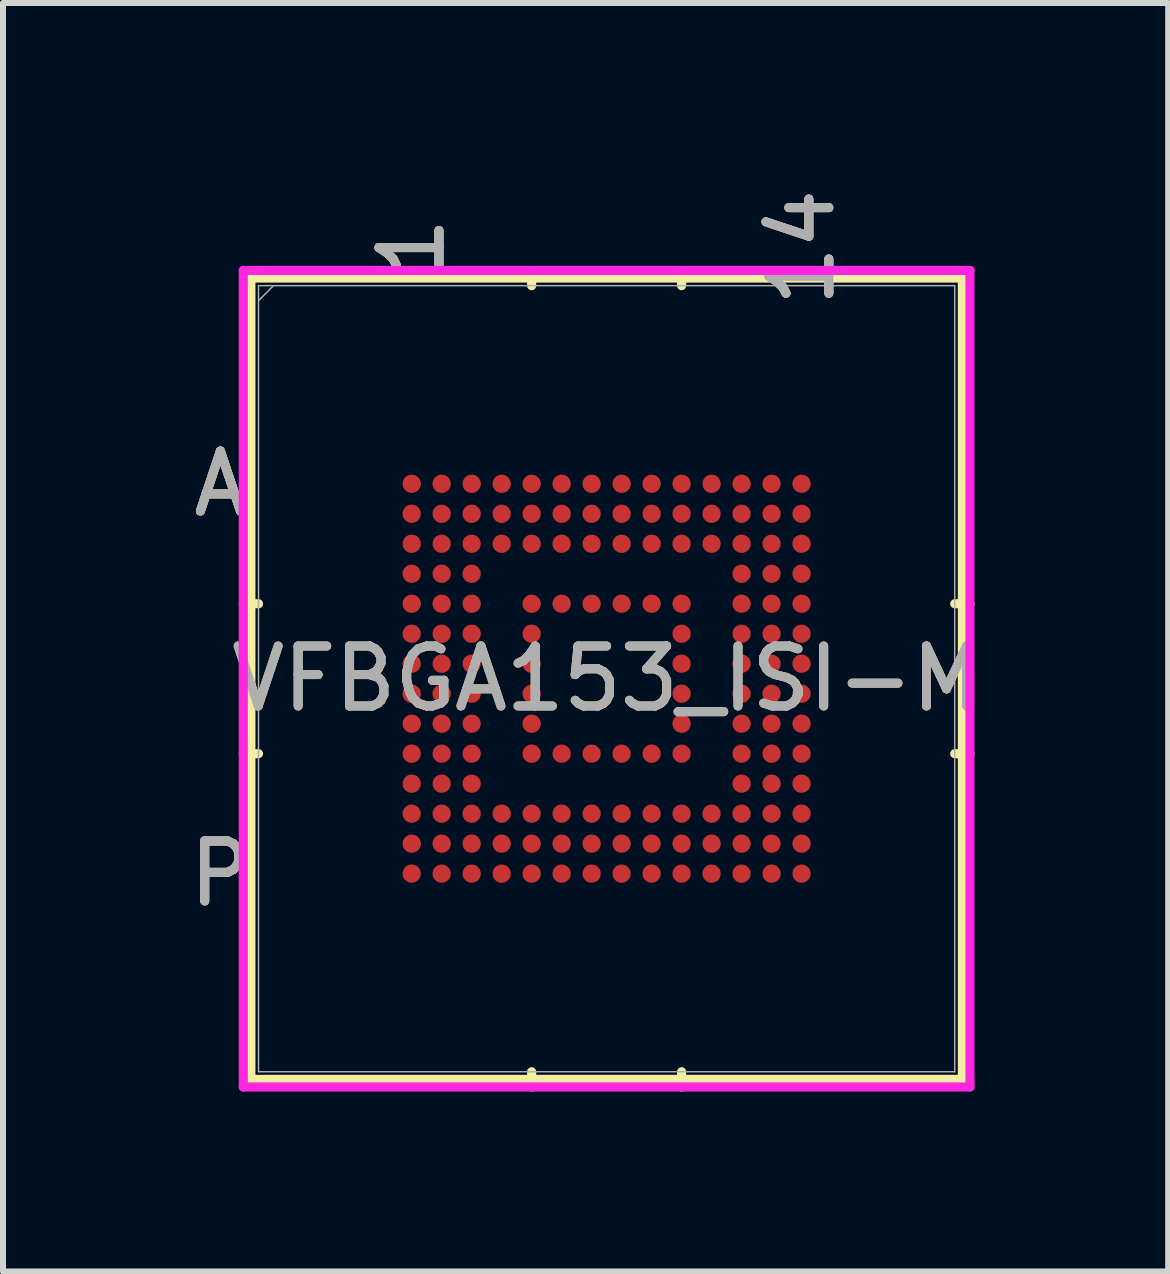
<source format=kicad_pcb>
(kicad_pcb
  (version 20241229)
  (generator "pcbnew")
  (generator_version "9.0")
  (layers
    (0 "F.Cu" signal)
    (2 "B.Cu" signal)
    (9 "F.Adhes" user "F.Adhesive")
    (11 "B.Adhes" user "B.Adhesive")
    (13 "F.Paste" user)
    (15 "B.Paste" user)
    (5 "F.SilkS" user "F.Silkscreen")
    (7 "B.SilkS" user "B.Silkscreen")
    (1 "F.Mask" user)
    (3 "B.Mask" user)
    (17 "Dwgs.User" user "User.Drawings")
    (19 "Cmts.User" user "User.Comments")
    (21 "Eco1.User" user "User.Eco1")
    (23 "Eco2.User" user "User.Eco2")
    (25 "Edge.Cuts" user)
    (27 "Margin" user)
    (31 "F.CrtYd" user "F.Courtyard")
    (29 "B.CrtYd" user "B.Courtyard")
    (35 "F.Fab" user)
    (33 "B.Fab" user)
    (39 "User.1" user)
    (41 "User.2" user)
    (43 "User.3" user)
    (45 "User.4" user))
  (footprint "VFBGA153_ISI-M"
    (layer "F.Cu")
    (at 7.064 8.266)
    (property "Reference" "VFBGA153_ISI-M" (at 0 0 0) (unlocked yes) (layer "F.SilkS") (effects (font (size 1 1) (thickness 0.15))))
    (attr smd)
    (fp_line (start -5.931 -6.68) (end -5.931 6.68) (stroke (width 0.152) (type solid)) (layer "F.SilkS"))
    (fp_line (start -5.931 6.68) (end 5.931 6.68) (stroke (width 0.152) (type solid)) (layer "F.SilkS"))
    (fp_line (start -5.804 -1.25) (end -6.058 -1.25) (stroke (width 0.152) (type solid)) (layer "F.SilkS"))
    (fp_line (start -5.804 1.25) (end -6.058 1.25) (stroke (width 0.152) (type solid)) (layer "F.SilkS"))
    (fp_line (start -1.25 -6.553) (end -1.25 -6.807) (stroke (width 0.152) (type solid)) (layer "F.SilkS"))
    (fp_line (start -1.25 6.553) (end -1.25 6.807) (stroke (width 0.152) (type solid)) (layer "F.SilkS"))
    (fp_line (start 1.25 -6.553) (end 1.25 -6.807) (stroke (width 0.152) (type solid)) (layer "F.SilkS"))
    (fp_line (start 1.25 6.553) (end 1.25 6.807) (stroke (width 0.152) (type solid)) (layer "F.SilkS"))
    (fp_line (start 5.804 -1.25) (end 6.058 -1.25) (stroke (width 0.152) (type solid)) (layer "F.SilkS"))
    (fp_line (start 5.804 1.25) (end 6.058 1.25) (stroke (width 0.152) (type solid)) (layer "F.SilkS"))
    (fp_line (start 5.931 -6.68) (end -5.931 -6.68) (stroke (width 0.152) (type solid)) (layer "F.SilkS"))
    (fp_line (start 5.931 6.68) (end 5.931 -6.68) (stroke (width 0.152) (type solid)) (layer "F.SilkS"))
    (fp_poly (pts (xy -3.945 -3.945) (xy 3.945 -3.945) (xy 3.945 3.945) (xy -3.945 3.945)) (stroke (width 0.1) (type solid)) (fill no) (layer "Eco2.User"))
    (fp_line (start -6.058 -6.807) (end 6.058 -6.807) (stroke (width 0.152) (type solid)) (layer "F.CrtYd"))
    (fp_line (start -6.058 6.807) (end -6.058 -6.807) (stroke (width 0.152) (type solid)) (layer "F.CrtYd"))
    (fp_line (start 6.058 -6.807) (end 6.058 6.807) (stroke (width 0.152) (type solid)) (layer "F.CrtYd"))
    (fp_line (start 6.058 6.807) (end -6.058 6.807) (stroke (width 0.152) (type solid)) (layer "F.CrtYd"))
    (fp_line (start -5.804 -6.553) (end -5.804 6.553) (stroke (width 0.025) (type solid)) (layer "F.Fab"))
    (fp_line (start -5.804 6.553) (end 5.804 6.553) (stroke (width 0.025) (type solid)) (layer "F.Fab"))
    (fp_line (start -5.554 -6.553) (end -5.804 -6.303) (stroke (width 0.025) (type solid)) (layer "F.Fab"))
    (fp_line (start 5.804 -6.553) (end -5.804 -6.553) (stroke (width 0.025) (type solid)) (layer "F.Fab"))
    (fp_line (start 5.804 6.553) (end 5.804 -6.553) (stroke (width 0.025) (type solid)) (layer "F.Fab"))
    (fp_text user "A" (at -6.439 -3.25 0) (unlocked yes) (layer "F.SilkS") (effects (font (size 1 1) (thickness 0.15))))
    (fp_text user "P" (at -6.439 3.25 0) (unlocked yes) (layer "F.SilkS") (effects (font (size 1 1) (thickness 0.15))))
    (fp_text user "1" (at -3.25 -7.188 90) (unlocked yes) (layer "F.SilkS") (effects (font (size 1 1) (thickness 0.15))))
    (fp_text user "14" (at 3.25 -7.188 90) (unlocked yes) (layer "F.SilkS") (effects (font (size 1 1) (thickness 0.15))))
    (fp_text user "A" (at -6.439 -3.25 0) (unlocked yes) (layer "B.SilkS") (effects (font (size 1 1) (thickness 0.15))))
    (fp_text user "P" (at -6.439 3.25 0) (unlocked yes) (layer "B.SilkS") (effects (font (size 1 1) (thickness 0.15))))
    (fp_text user "1" (at -3.25 -7.188 90) (unlocked yes) (layer "B.SilkS") (effects (font (size 1 1) (thickness 0.15))))
    (fp_text user "14" (at 3.25 -7.188 90) (unlocked yes) (layer "B.SilkS") (effects (font (size 1 1) (thickness 0.15))))
    (fp_text user "A" (at -6.439 -3.25 0) (unlocked yes) (layer "F.Fab") (effects (font (size 1 1) (thickness 0.15))))
    (fp_text user "1" (at -3.25 -7.188 90) (unlocked yes) (layer "F.Fab") (effects (font (size 1 1) (thickness 0.15))))
    (fp_text user "14" (at 3.25 -7.188 90) (unlocked yes) (layer "F.Fab") (effects (font (size 1 1) (thickness 0.15))))
    (fp_text user "${REFERENCE}" (at 0 0 0) (unlocked yes) (layer "F.Fab") (effects (font (size 1 1) (thickness 0.15))))
    (fp_text user "P" (at -6.439 3.25 0) (unlocked yes) (layer "F.Fab") (effects (font (size 1 1) (thickness 0.15))))
    (pad "A1" smd circle (at -3.25 -3.25) (size 0.305 0.305) (layers "F.Cu" "F.Mask" "F.Paste"))
    (pad "A2" smd circle (at -2.75 -3.25) (size 0.305 0.305) (layers "F.Cu" "F.Mask" "F.Paste"))
    (pad "A3" smd circle (at -2.25 -3.25) (size 0.305 0.305) (layers "F.Cu" "F.Mask" "F.Paste"))
    (pad "A4" smd circle (at -1.75 -3.25) (size 0.305 0.305) (layers "F.Cu" "F.Mask" "F.Paste"))
    (pad "A5" smd circle (at -1.25 -3.25) (size 0.305 0.305) (layers "F.Cu" "F.Mask" "F.Paste"))
    (pad "A6" smd circle (at -0.75 -3.25) (size 0.305 0.305) (layers "F.Cu" "F.Mask" "F.Paste"))
    (pad "A7" smd circle (at -0.25 -3.25) (size 0.305 0.305) (layers "F.Cu" "F.Mask" "F.Paste"))
    (pad "A8" smd circle (at 0.25 -3.25) (size 0.305 0.305) (layers "F.Cu" "F.Mask" "F.Paste"))
    (pad "A9" smd circle (at 0.75 -3.25) (size 0.305 0.305) (layers "F.Cu" "F.Mask" "F.Paste"))
    (pad "A10" smd circle (at 1.25 -3.25) (size 0.305 0.305) (layers "F.Cu" "F.Mask" "F.Paste"))
    (pad "A11" smd circle (at 1.75 -3.25) (size 0.305 0.305) (layers "F.Cu" "F.Mask" "F.Paste"))
    (pad "A12" smd circle (at 2.25 -3.25) (size 0.305 0.305) (layers "F.Cu" "F.Mask" "F.Paste"))
    (pad "A13" smd circle (at 2.75 -3.25) (size 0.305 0.305) (layers "F.Cu" "F.Mask" "F.Paste"))
    (pad "A14" smd circle (at 3.25 -3.25) (size 0.305 0.305) (layers "F.Cu" "F.Mask" "F.Paste"))
    (pad "B1" smd circle (at -3.25 -2.75) (size 0.305 0.305) (layers "F.Cu" "F.Mask" "F.Paste"))
    (pad "B2" smd circle (at -2.75 -2.75) (size 0.305 0.305) (layers "F.Cu" "F.Mask" "F.Paste"))
    (pad "B3" smd circle (at -2.25 -2.75) (size 0.305 0.305) (layers "F.Cu" "F.Mask" "F.Paste"))
    (pad "B4" smd circle (at -1.75 -2.75) (size 0.305 0.305) (layers "F.Cu" "F.Mask" "F.Paste"))
    (pad "B5" smd circle (at -1.25 -2.75) (size 0.305 0.305) (layers "F.Cu" "F.Mask" "F.Paste"))
    (pad "B6" smd circle (at -0.75 -2.75) (size 0.305 0.305) (layers "F.Cu" "F.Mask" "F.Paste"))
    (pad "B7" smd circle (at -0.25 -2.75) (size 0.305 0.305) (layers "F.Cu" "F.Mask" "F.Paste"))
    (pad "B8" smd circle (at 0.25 -2.75) (size 0.305 0.305) (layers "F.Cu" "F.Mask" "F.Paste"))
    (pad "B9" smd circle (at 0.75 -2.75) (size 0.305 0.305) (layers "F.Cu" "F.Mask" "F.Paste"))
    (pad "B10" smd circle (at 1.25 -2.75) (size 0.305 0.305) (layers "F.Cu" "F.Mask" "F.Paste"))
    (pad "B11" smd circle (at 1.75 -2.75) (size 0.305 0.305) (layers "F.Cu" "F.Mask" "F.Paste"))
    (pad "B12" smd circle (at 2.25 -2.75) (size 0.305 0.305) (layers "F.Cu" "F.Mask" "F.Paste"))
    (pad "B13" smd circle (at 2.75 -2.75) (size 0.305 0.305) (layers "F.Cu" "F.Mask" "F.Paste"))
    (pad "B14" smd circle (at 3.25 -2.75) (size 0.305 0.305) (layers "F.Cu" "F.Mask" "F.Paste"))
    (pad "C1" smd circle (at -3.25 -2.25) (size 0.305 0.305) (layers "F.Cu" "F.Mask" "F.Paste"))
    (pad "C2" smd circle (at -2.75 -2.25) (size 0.305 0.305) (layers "F.Cu" "F.Mask" "F.Paste"))
    (pad "C3" smd circle (at -2.25 -2.25) (size 0.305 0.305) (layers "F.Cu" "F.Mask" "F.Paste"))
    (pad "C4" smd circle (at -1.75 -2.25) (size 0.305 0.305) (layers "F.Cu" "F.Mask" "F.Paste"))
    (pad "C5" smd circle (at -1.25 -2.25) (size 0.305 0.305) (layers "F.Cu" "F.Mask" "F.Paste"))
    (pad "C6" smd circle (at -0.75 -2.25) (size 0.305 0.305) (layers "F.Cu" "F.Mask" "F.Paste"))
    (pad "C7" smd circle (at -0.25 -2.25) (size 0.305 0.305) (layers "F.Cu" "F.Mask" "F.Paste"))
    (pad "C8" smd circle (at 0.25 -2.25) (size 0.305 0.305) (layers "F.Cu" "F.Mask" "F.Paste"))
    (pad "C9" smd circle (at 0.75 -2.25) (size 0.305 0.305) (layers "F.Cu" "F.Mask" "F.Paste"))
    (pad "C10" smd circle (at 1.25 -2.25) (size 0.305 0.305) (layers "F.Cu" "F.Mask" "F.Paste"))
    (pad "C11" smd circle (at 1.75 -2.25) (size 0.305 0.305) (layers "F.Cu" "F.Mask" "F.Paste"))
    (pad "C12" smd circle (at 2.25 -2.25) (size 0.305 0.305) (layers "F.Cu" "F.Mask" "F.Paste"))
    (pad "C13" smd circle (at 2.75 -2.25) (size 0.305 0.305) (layers "F.Cu" "F.Mask" "F.Paste"))
    (pad "C14" smd circle (at 3.25 -2.25) (size 0.305 0.305) (layers "F.Cu" "F.Mask" "F.Paste"))
    (pad "D1" smd circle (at -3.25 -1.75) (size 0.305 0.305) (layers "F.Cu" "F.Mask" "F.Paste"))
    (pad "D2" smd circle (at -2.75 -1.75) (size 0.305 0.305) (layers "F.Cu" "F.Mask" "F.Paste"))
    (pad "D3" smd circle (at -2.25 -1.75) (size 0.305 0.305) (layers "F.Cu" "F.Mask" "F.Paste"))
    (pad "D12" smd circle (at 2.25 -1.75) (size 0.305 0.305) (layers "F.Cu" "F.Mask" "F.Paste"))
    (pad "D13" smd circle (at 2.75 -1.75) (size 0.305 0.305) (layers "F.Cu" "F.Mask" "F.Paste"))
    (pad "D14" smd circle (at 3.25 -1.75) (size 0.305 0.305) (layers "F.Cu" "F.Mask" "F.Paste"))
    (pad "E1" smd circle (at -3.25 -1.25) (size 0.305 0.305) (layers "F.Cu" "F.Mask" "F.Paste"))
    (pad "E2" smd circle (at -2.75 -1.25) (size 0.305 0.305) (layers "F.Cu" "F.Mask" "F.Paste"))
    (pad "E3" smd circle (at -2.25 -1.25) (size 0.305 0.305) (layers "F.Cu" "F.Mask" "F.Paste"))
    (pad "E5" smd circle (at -1.25 -1.25) (size 0.305 0.305) (layers "F.Cu" "F.Mask" "F.Paste"))
    (pad "E6" smd circle (at -0.75 -1.25) (size 0.305 0.305) (layers "F.Cu" "F.Mask" "F.Paste"))
    (pad "E7" smd circle (at -0.25 -1.25) (size 0.305 0.305) (layers "F.Cu" "F.Mask" "F.Paste"))
    (pad "E8" smd circle (at 0.25 -1.25) (size 0.305 0.305) (layers "F.Cu" "F.Mask" "F.Paste"))
    (pad "E9" smd circle (at 0.75 -1.25) (size 0.305 0.305) (layers "F.Cu" "F.Mask" "F.Paste"))
    (pad "E10" smd circle (at 1.25 -1.25) (size 0.305 0.305) (layers "F.Cu" "F.Mask" "F.Paste"))
    (pad "E12" smd circle (at 2.25 -1.25) (size 0.305 0.305) (layers "F.Cu" "F.Mask" "F.Paste"))
    (pad "E13" smd circle (at 2.75 -1.25) (size 0.305 0.305) (layers "F.Cu" "F.Mask" "F.Paste"))
    (pad "E14" smd circle (at 3.25 -1.25) (size 0.305 0.305) (layers "F.Cu" "F.Mask" "F.Paste"))
    (pad "F1" smd circle (at -3.25 -0.75) (size 0.305 0.305) (layers "F.Cu" "F.Mask" "F.Paste"))
    (pad "F2" smd circle (at -2.75 -0.75) (size 0.305 0.305) (layers "F.Cu" "F.Mask" "F.Paste"))
    (pad "F3" smd circle (at -2.25 -0.75) (size 0.305 0.305) (layers "F.Cu" "F.Mask" "F.Paste"))
    (pad "F5" smd circle (at -1.25 -0.75) (size 0.305 0.305) (layers "F.Cu" "F.Mask" "F.Paste"))
    (pad "F10" smd circle (at 1.25 -0.75) (size 0.305 0.305) (layers "F.Cu" "F.Mask" "F.Paste"))
    (pad "F12" smd circle (at 2.25 -0.75) (size 0.305 0.305) (layers "F.Cu" "F.Mask" "F.Paste"))
    (pad "F13" smd circle (at 2.75 -0.75) (size 0.305 0.305) (layers "F.Cu" "F.Mask" "F.Paste"))
    (pad "F14" smd circle (at 3.25 -0.75) (size 0.305 0.305) (layers "F.Cu" "F.Mask" "F.Paste"))
    (pad "G1" smd circle (at -3.25 -0.25) (size 0.305 0.305) (layers "F.Cu" "F.Mask" "F.Paste"))
    (pad "G2" smd circle (at -2.75 -0.25) (size 0.305 0.305) (layers "F.Cu" "F.Mask" "F.Paste"))
    (pad "G3" smd circle (at -2.25 -0.25) (size 0.305 0.305) (layers "F.Cu" "F.Mask" "F.Paste"))
    (pad "G5" smd circle (at -1.25 -0.25) (size 0.305 0.305) (layers "F.Cu" "F.Mask" "F.Paste"))
    (pad "G10" smd circle (at 1.25 -0.25) (size 0.305 0.305) (layers "F.Cu" "F.Mask" "F.Paste"))
    (pad "G12" smd circle (at 2.25 -0.25) (size 0.305 0.305) (layers "F.Cu" "F.Mask" "F.Paste"))
    (pad "G13" smd circle (at 2.75 -0.25) (size 0.305 0.305) (layers "F.Cu" "F.Mask" "F.Paste"))
    (pad "G14" smd circle (at 3.25 -0.25) (size 0.305 0.305) (layers "F.Cu" "F.Mask" "F.Paste"))
    (pad "H1" smd circle (at -3.25 0.25) (size 0.305 0.305) (layers "F.Cu" "F.Mask" "F.Paste"))
    (pad "H2" smd circle (at -2.75 0.25) (size 0.305 0.305) (layers "F.Cu" "F.Mask" "F.Paste"))
    (pad "H3" smd circle (at -2.25 0.25) (size 0.305 0.305) (layers "F.Cu" "F.Mask" "F.Paste"))
    (pad "H5" smd circle (at -1.25 0.25) (size 0.305 0.305) (layers "F.Cu" "F.Mask" "F.Paste"))
    (pad "H10" smd circle (at 1.25 0.25) (size 0.305 0.305) (layers "F.Cu" "F.Mask" "F.Paste"))
    (pad "H12" smd circle (at 2.25 0.25) (size 0.305 0.305) (layers "F.Cu" "F.Mask" "F.Paste"))
    (pad "H13" smd circle (at 2.75 0.25) (size 0.305 0.305) (layers "F.Cu" "F.Mask" "F.Paste"))
    (pad "H14" smd circle (at 3.25 0.25) (size 0.305 0.305) (layers "F.Cu" "F.Mask" "F.Paste"))
    (pad "J1" smd circle (at -3.25 0.75) (size 0.305 0.305) (layers "F.Cu" "F.Mask" "F.Paste"))
    (pad "J2" smd circle (at -2.75 0.75) (size 0.305 0.305) (layers "F.Cu" "F.Mask" "F.Paste"))
    (pad "J3" smd circle (at -2.25 0.75) (size 0.305 0.305) (layers "F.Cu" "F.Mask" "F.Paste"))
    (pad "J5" smd circle (at -1.25 0.75) (size 0.305 0.305) (layers "F.Cu" "F.Mask" "F.Paste"))
    (pad "J10" smd circle (at 1.25 0.75) (size 0.305 0.305) (layers "F.Cu" "F.Mask" "F.Paste"))
    (pad "J12" smd circle (at 2.25 0.75) (size 0.305 0.305) (layers "F.Cu" "F.Mask" "F.Paste"))
    (pad "J13" smd circle (at 2.75 0.75) (size 0.305 0.305) (layers "F.Cu" "F.Mask" "F.Paste"))
    (pad "J14" smd circle (at 3.25 0.75) (size 0.305 0.305) (layers "F.Cu" "F.Mask" "F.Paste"))
    (pad "K1" smd circle (at -3.25 1.25) (size 0.305 0.305) (layers "F.Cu" "F.Mask" "F.Paste"))
    (pad "K2" smd circle (at -2.75 1.25) (size 0.305 0.305) (layers "F.Cu" "F.Mask" "F.Paste"))
    (pad "K3" smd circle (at -2.25 1.25) (size 0.305 0.305) (layers "F.Cu" "F.Mask" "F.Paste"))
    (pad "K5" smd circle (at -1.25 1.25) (size 0.305 0.305) (layers "F.Cu" "F.Mask" "F.Paste"))
    (pad "K6" smd circle (at -0.75 1.25) (size 0.305 0.305) (layers "F.Cu" "F.Mask" "F.Paste"))
    (pad "K7" smd circle (at -0.25 1.25) (size 0.305 0.305) (layers "F.Cu" "F.Mask" "F.Paste"))
    (pad "K8" smd circle (at 0.25 1.25) (size 0.305 0.305) (layers "F.Cu" "F.Mask" "F.Paste"))
    (pad "K9" smd circle (at 0.75 1.25) (size 0.305 0.305) (layers "F.Cu" "F.Mask" "F.Paste"))
    (pad "K10" smd circle (at 1.25 1.25) (size 0.305 0.305) (layers "F.Cu" "F.Mask" "F.Paste"))
    (pad "K12" smd circle (at 2.25 1.25) (size 0.305 0.305) (layers "F.Cu" "F.Mask" "F.Paste"))
    (pad "K13" smd circle (at 2.75 1.25) (size 0.305 0.305) (layers "F.Cu" "F.Mask" "F.Paste"))
    (pad "K14" smd circle (at 3.25 1.25) (size 0.305 0.305) (layers "F.Cu" "F.Mask" "F.Paste"))
    (pad "L1" smd circle (at -3.25 1.75) (size 0.305 0.305) (layers "F.Cu" "F.Mask" "F.Paste"))
    (pad "L2" smd circle (at -2.75 1.75) (size 0.305 0.305) (layers "F.Cu" "F.Mask" "F.Paste"))
    (pad "L3" smd circle (at -2.25 1.75) (size 0.305 0.305) (layers "F.Cu" "F.Mask" "F.Paste"))
    (pad "L12" smd circle (at 2.25 1.75) (size 0.305 0.305) (layers "F.Cu" "F.Mask" "F.Paste"))
    (pad "L13" smd circle (at 2.75 1.75) (size 0.305 0.305) (layers "F.Cu" "F.Mask" "F.Paste"))
    (pad "L14" smd circle (at 3.25 1.75) (size 0.305 0.305) (layers "F.Cu" "F.Mask" "F.Paste"))
    (pad "M1" smd circle (at -3.25 2.25) (size 0.305 0.305) (layers "F.Cu" "F.Mask" "F.Paste"))
    (pad "M2" smd circle (at -2.75 2.25) (size 0.305 0.305) (layers "F.Cu" "F.Mask" "F.Paste"))
    (pad "M3" smd circle (at -2.25 2.25) (size 0.305 0.305) (layers "F.Cu" "F.Mask" "F.Paste"))
    (pad "M4" smd circle (at -1.75 2.25) (size 0.305 0.305) (layers "F.Cu" "F.Mask" "F.Paste"))
    (pad "M5" smd circle (at -1.25 2.25) (size 0.305 0.305) (layers "F.Cu" "F.Mask" "F.Paste"))
    (pad "M6" smd circle (at -0.75 2.25) (size 0.305 0.305) (layers "F.Cu" "F.Mask" "F.Paste"))
    (pad "M7" smd circle (at -0.25 2.25) (size 0.305 0.305) (layers "F.Cu" "F.Mask" "F.Paste"))
    (pad "M8" smd circle (at 0.25 2.25) (size 0.305 0.305) (layers "F.Cu" "F.Mask" "F.Paste"))
    (pad "M9" smd circle (at 0.75 2.25) (size 0.305 0.305) (layers "F.Cu" "F.Mask" "F.Paste"))
    (pad "M10" smd circle (at 1.25 2.25) (size 0.305 0.305) (layers "F.Cu" "F.Mask" "F.Paste"))
    (pad "M11" smd circle (at 1.75 2.25) (size 0.305 0.305) (layers "F.Cu" "F.Mask" "F.Paste"))
    (pad "M12" smd circle (at 2.25 2.25) (size 0.305 0.305) (layers "F.Cu" "F.Mask" "F.Paste"))
    (pad "M13" smd circle (at 2.75 2.25) (size 0.305 0.305) (layers "F.Cu" "F.Mask" "F.Paste"))
    (pad "M14" smd circle (at 3.25 2.25) (size 0.305 0.305) (layers "F.Cu" "F.Mask" "F.Paste"))
    (pad "N1" smd circle (at -3.25 2.75) (size 0.305 0.305) (layers "F.Cu" "F.Mask" "F.Paste"))
    (pad "N2" smd circle (at -2.75 2.75) (size 0.305 0.305) (layers "F.Cu" "F.Mask" "F.Paste"))
    (pad "N3" smd circle (at -2.25 2.75) (size 0.305 0.305) (layers "F.Cu" "F.Mask" "F.Paste"))
    (pad "N4" smd circle (at -1.75 2.75) (size 0.305 0.305) (layers "F.Cu" "F.Mask" "F.Paste"))
    (pad "N5" smd circle (at -1.25 2.75) (size 0.305 0.305) (layers "F.Cu" "F.Mask" "F.Paste"))
    (pad "N6" smd circle (at -0.75 2.75) (size 0.305 0.305) (layers "F.Cu" "F.Mask" "F.Paste"))
    (pad "N7" smd circle (at -0.25 2.75) (size 0.305 0.305) (layers "F.Cu" "F.Mask" "F.Paste"))
    (pad "N8" smd circle (at 0.25 2.75) (size 0.305 0.305) (layers "F.Cu" "F.Mask" "F.Paste"))
    (pad "N9" smd circle (at 0.75 2.75) (size 0.305 0.305) (layers "F.Cu" "F.Mask" "F.Paste"))
    (pad "N10" smd circle (at 1.25 2.75) (size 0.305 0.305) (layers "F.Cu" "F.Mask" "F.Paste"))
    (pad "N11" smd circle (at 1.75 2.75) (size 0.305 0.305) (layers "F.Cu" "F.Mask" "F.Paste"))
    (pad "N12" smd circle (at 2.25 2.75) (size 0.305 0.305) (layers "F.Cu" "F.Mask" "F.Paste"))
    (pad "N13" smd circle (at 2.75 2.75) (size 0.305 0.305) (layers "F.Cu" "F.Mask" "F.Paste"))
    (pad "N14" smd circle (at 3.25 2.75) (size 0.305 0.305) (layers "F.Cu" "F.Mask" "F.Paste"))
    (pad "P1" smd circle (at -3.25 3.25) (size 0.305 0.305) (layers "F.Cu" "F.Mask" "F.Paste"))
    (pad "P2" smd circle (at -2.75 3.25) (size 0.305 0.305) (layers "F.Cu" "F.Mask" "F.Paste"))
    (pad "P3" smd circle (at -2.25 3.25) (size 0.305 0.305) (layers "F.Cu" "F.Mask" "F.Paste"))
    (pad "P4" smd circle (at -1.75 3.25) (size 0.305 0.305) (layers "F.Cu" "F.Mask" "F.Paste"))
    (pad "P5" smd circle (at -1.25 3.25) (size 0.305 0.305) (layers "F.Cu" "F.Mask" "F.Paste"))
    (pad "P6" smd circle (at -0.75 3.25) (size 0.305 0.305) (layers "F.Cu" "F.Mask" "F.Paste"))
    (pad "P7" smd circle (at -0.25 3.25) (size 0.305 0.305) (layers "F.Cu" "F.Mask" "F.Paste"))
    (pad "P8" smd circle (at 0.25 3.25) (size 0.305 0.305) (layers "F.Cu" "F.Mask" "F.Paste"))
    (pad "P9" smd circle (at 0.75 3.25) (size 0.305 0.305) (layers "F.Cu" "F.Mask" "F.Paste"))
    (pad "P10" smd circle (at 1.25 3.25) (size 0.305 0.305) (layers "F.Cu" "F.Mask" "F.Paste"))
    (pad "P11" smd circle (at 1.75 3.25) (size 0.305 0.305) (layers "F.Cu" "F.Mask" "F.Paste"))
    (pad "P12" smd circle (at 2.25 3.25) (size 0.305 0.305) (layers "F.Cu" "F.Mask" "F.Paste"))
    (pad "P13" smd circle (at 2.75 3.25) (size 0.305 0.305) (layers "F.Cu" "F.Mask" "F.Paste"))
    (pad "P14" smd circle (at 3.25 3.25) (size 0.305 0.305) (layers "F.Cu" "F.Mask" "F.Paste")))
  (gr_rect
    (start -3 -3)
    (end 16.427 18.149)
    (stroke (width 0.1) (type default))
    (fill no)
    (layer "Edge.Cuts")))
</source>
